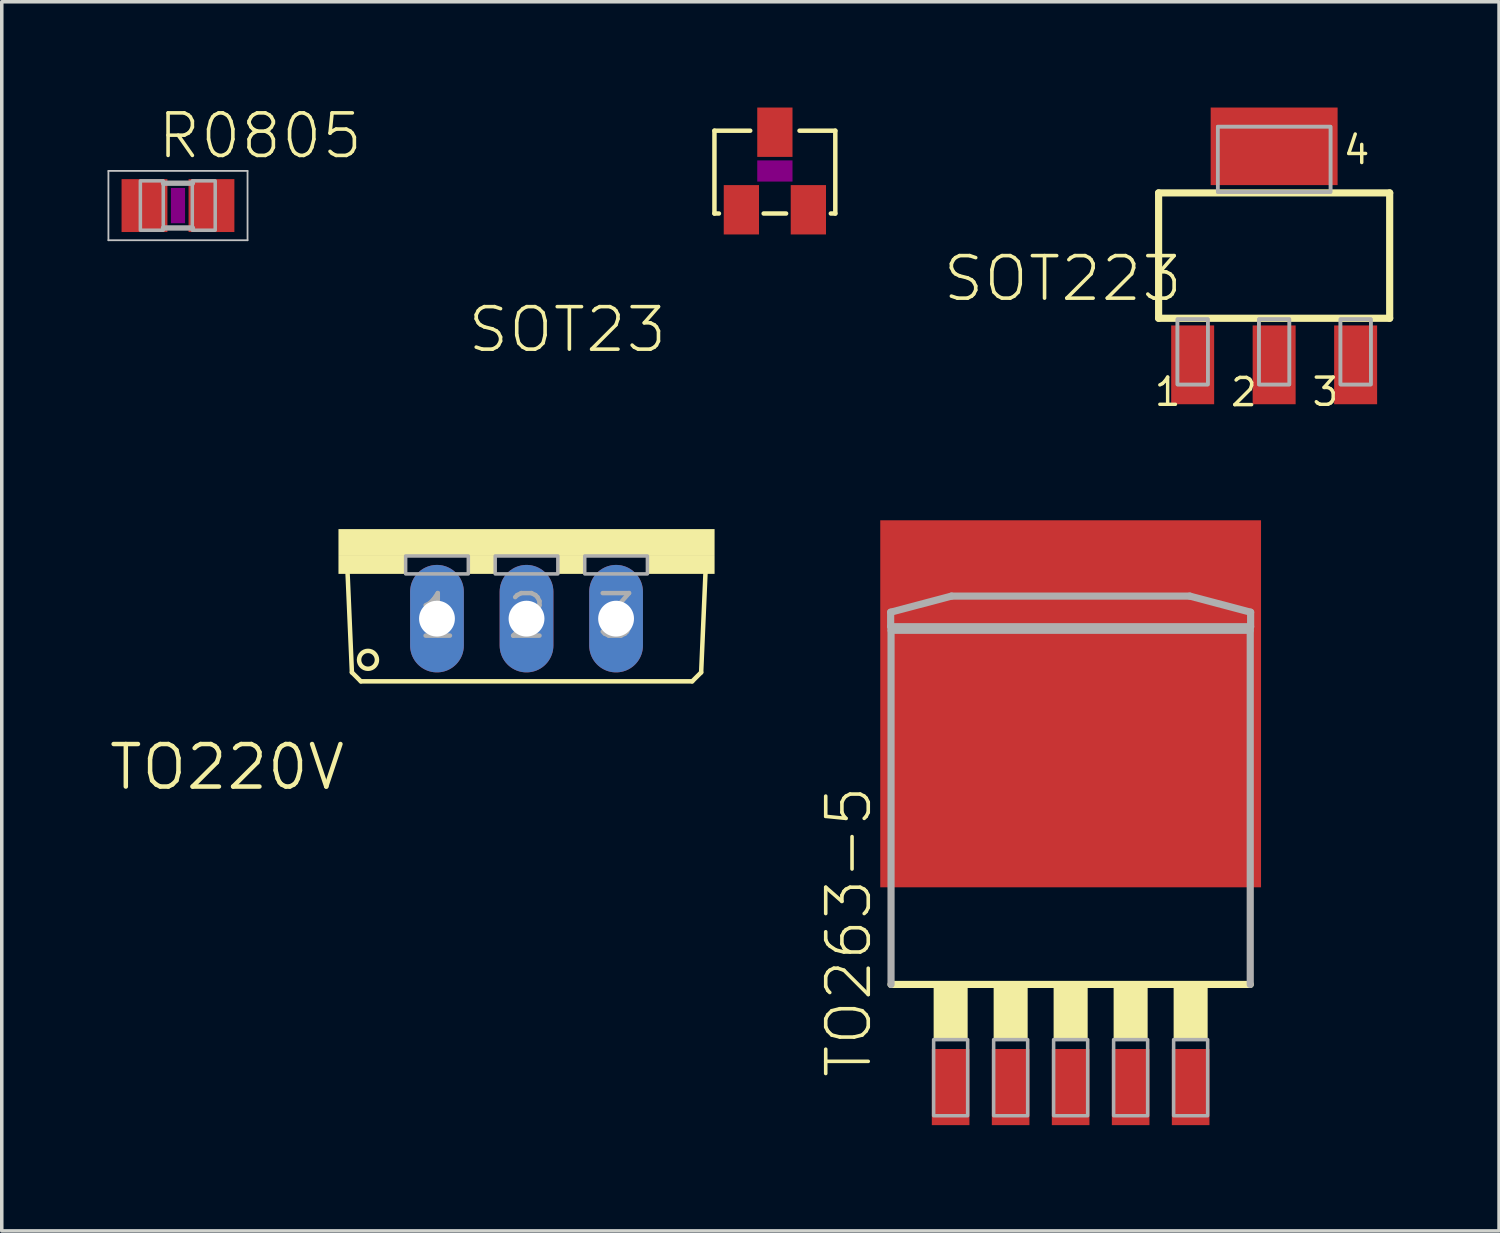
<source format=kicad_pcb>
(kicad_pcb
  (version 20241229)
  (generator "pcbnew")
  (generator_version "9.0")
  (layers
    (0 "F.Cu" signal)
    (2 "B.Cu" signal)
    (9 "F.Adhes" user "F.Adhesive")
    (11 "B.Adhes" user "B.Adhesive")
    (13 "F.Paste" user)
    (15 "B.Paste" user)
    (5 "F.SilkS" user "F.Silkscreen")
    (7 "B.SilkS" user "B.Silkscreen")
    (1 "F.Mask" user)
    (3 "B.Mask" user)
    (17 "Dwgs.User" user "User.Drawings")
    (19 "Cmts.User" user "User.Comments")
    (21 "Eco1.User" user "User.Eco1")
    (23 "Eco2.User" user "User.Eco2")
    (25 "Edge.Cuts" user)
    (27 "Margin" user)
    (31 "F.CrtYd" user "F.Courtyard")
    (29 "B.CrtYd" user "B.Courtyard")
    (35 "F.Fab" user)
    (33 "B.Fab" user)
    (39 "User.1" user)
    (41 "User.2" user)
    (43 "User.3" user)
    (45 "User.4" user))
  (footprint "TO263-5"
    (layer "F.Cu")
    (at 27.317 21.992)
    (property "Reference" "TO263-5" (at -5.588 5.588 90) (layer "F.SilkS") (effects (font (size 1.206 1.206) (thickness 0.102)) (justify left bottom)))
    (attr through_hole)
    (fp_line (start 5.094 2.88) (end -5.094 2.88) (stroke (width 0.203) (type solid)) (layer "F.SilkS"))
    (fp_poly (pts (xy -3.886 4.47) (xy -2.921 4.47) (xy -2.921 2.794) (xy -3.886 2.794)) (stroke (width 0) (type solid)) (fill yes) (layer "F.SilkS"))
    (fp_poly (pts (xy -2.184 4.47) (xy -1.219 4.47) (xy -1.219 2.794) (xy -2.184 2.794)) (stroke (width 0) (type solid)) (fill yes) (layer "F.SilkS"))
    (fp_poly (pts (xy -0.483 4.47) (xy 0.483 4.47) (xy 0.483 2.794) (xy -0.483 2.794)) (stroke (width 0) (type solid)) (fill yes) (layer "F.SilkS"))
    (fp_poly (pts (xy 1.219 4.47) (xy 2.184 4.47) (xy 2.184 2.794) (xy 1.219 2.794)) (stroke (width 0) (type solid)) (fill yes) (layer "F.SilkS"))
    (fp_poly (pts (xy 2.921 4.47) (xy 3.886 4.47) (xy 3.886 2.794) (xy 2.921 2.794)) (stroke (width 0) (type solid)) (fill yes) (layer "F.SilkS"))
    (fp_line (start -5.105 -7.678) (end -3.378 -8.135) (stroke (width 0.203) (type solid)) (layer "F.Fab"))
    (fp_line (start -5.105 -7.267) (end -5.105 -7.678) (stroke (width 0.203) (type solid)) (layer "F.Fab"))
    (fp_line (start -5.094 -7.165) (end 5.094 -7.165) (stroke (width 0.203) (type solid)) (layer "F.Fab"))
    (fp_line (start -5.094 2.88) (end -5.094 -7.165) (stroke (width 0.203) (type solid)) (layer "F.Fab"))
    (fp_line (start -3.378 -8.135) (end 3.378 -8.135) (stroke (width 0.203) (type solid)) (layer "F.Fab"))
    (fp_line (start 3.378 -8.135) (end 5.105 -7.678) (stroke (width 0.203) (type solid)) (layer "F.Fab"))
    (fp_line (start 5.094 -7.165) (end 5.094 2.88) (stroke (width 0.203) (type solid)) (layer "F.Fab"))
    (fp_line (start 5.105 -7.678) (end 5.105 -7.267) (stroke (width 0.203) (type solid)) (layer "F.Fab"))
    (fp_line (start 5.105 -7.267) (end -5.105 -7.267) (stroke (width 0.203) (type solid)) (layer "F.Fab"))
    (fp_poly (pts (xy -3.886 6.604) (xy -2.921 6.604) (xy -2.921 4.445) (xy -3.886 4.445)) (stroke (width 0.1) (type solid)) (fill no) (layer "F.Fab"))
    (fp_poly (pts (xy -2.184 6.604) (xy -1.219 6.604) (xy -1.219 4.445) (xy -2.184 4.445)) (stroke (width 0.1) (type solid)) (fill no) (layer "F.Fab"))
    (fp_poly (pts (xy -0.483 6.604) (xy 0.483 6.604) (xy 0.483 4.445) (xy -0.483 4.445)) (stroke (width 0.1) (type solid)) (fill no) (layer "F.Fab"))
    (fp_poly (pts (xy 1.219 6.604) (xy 2.184 6.604) (xy 2.184 4.445) (xy 1.219 4.445)) (stroke (width 0.1) (type solid)) (fill no) (layer "F.Fab"))
    (fp_poly (pts (xy 2.921 6.604) (xy 3.886 6.604) (xy 3.886 4.445) (xy 2.921 4.445)) (stroke (width 0.1) (type solid)) (fill no) (layer "F.Fab"))
    (fp_poly (pts (xy -5.105 -7.267) (xy -5.105 -7.678) (xy -3.378 -8.135) (xy 3.378 -8.135) (xy 5.105 -7.678) (xy 5.105 -7.267)) (stroke (width 0.1) (type solid)) (fill no) (layer "F.Fab"))
    (pad "1" smd rect (at -3.404 5.791) (size 1.067 2.159) (layers "F.Cu" "F.Mask" "F.Paste"))
    (pad "2" smd rect (at -1.702 5.791) (size 1.067 2.159) (layers "F.Cu" "F.Mask" "F.Paste"))
    (pad "3" smd rect (at 0 5.791) (size 1.067 2.159) (layers "F.Cu" "F.Mask" "F.Paste"))
    (pad "4" smd rect (at 1.702 5.791) (size 1.067 2.159) (layers "F.Cu" "F.Mask" "F.Paste"))
    (pad "5" smd rect (at 3.404 5.791) (size 1.067 2.159) (layers "F.Cu" "F.Mask" "F.Paste"))
    (pad "6" smd rect (at 0 -5.08) (size 10.8 10.41) (layers "F.Cu" "F.Mask" "F.Paste")))
  (footprint "SOT223"
    (layer "F.Cu")
    (at 33.089 4.199)
    (property "Reference" "SOT223" (at -2.54 -0.051 0) (layer "F.SilkS") (effects (font (size 1.206 1.206) (thickness 0.102)) (justify right top)))
    (attr through_hole)
    (fp_line (start -3.277 -1.778) (end 3.277 -1.778) (stroke (width 0.203) (type solid)) (layer "F.SilkS"))
    (fp_line (start -3.277 1.778) (end -3.277 -1.778) (stroke (width 0.203) (type solid)) (layer "F.SilkS"))
    (fp_line (start 3.277 -1.778) (end 3.277 1.778) (stroke (width 0.203) (type solid)) (layer "F.SilkS"))
    (fp_line (start 3.277 1.778) (end -3.277 1.778) (stroke (width 0.203) (type solid)) (layer "F.SilkS"))
    (fp_poly (pts (xy -2.743 3.658) (xy -1.88 3.658) (xy -1.88 1.803) (xy -2.743 1.803)) (stroke (width 0.1) (type solid)) (fill no) (layer "F.Fab"))
    (fp_poly (pts (xy -2.743 3.658) (xy -1.88 3.658) (xy -1.88 1.803) (xy -2.743 1.803)) (stroke (width 0.1) (type solid)) (fill no) (layer "F.Fab"))
    (fp_poly (pts (xy -1.6 -1.803) (xy 1.6 -1.803) (xy 1.6 -3.658) (xy -1.6 -3.658)) (stroke (width 0.1) (type solid)) (fill no) (layer "F.Fab"))
    (fp_poly (pts (xy -1.6 -1.803) (xy 1.6 -1.803) (xy 1.6 -3.658) (xy -1.6 -3.658)) (stroke (width 0.1) (type solid)) (fill no) (layer "F.Fab"))
    (fp_poly (pts (xy -0.432 3.658) (xy 0.432 3.658) (xy 0.432 1.803) (xy -0.432 1.803)) (stroke (width 0.1) (type solid)) (fill no) (layer "F.Fab"))
    (fp_poly (pts (xy -0.432 3.658) (xy 0.432 3.658) (xy 0.432 1.803) (xy -0.432 1.803)) (stroke (width 0.1) (type solid)) (fill no) (layer "F.Fab"))
    (fp_poly (pts (xy 1.88 3.658) (xy 2.743 3.658) (xy 2.743 1.803) (xy 1.88 1.803)) (stroke (width 0.1) (type solid)) (fill no) (layer "F.Fab"))
    (fp_poly (pts (xy 1.88 3.658) (xy 2.743 3.658) (xy 2.743 1.803) (xy 1.88 1.803)) (stroke (width 0.1) (type solid)) (fill no) (layer "F.Fab"))
    (fp_text user "2" (at -1.291 4.327 0) (layer "F.SilkS") (effects (font (size 0.772 0.772) (thickness 0.098)) (justify left bottom)))
    (fp_text user "3" (at 1.021 4.318 0) (layer "F.SilkS") (effects (font (size 0.772 0.772) (thickness 0.098)) (justify left bottom)))
    (fp_text user "1" (at -3.453 4.318 0) (layer "F.SilkS") (effects (font (size 0.772 0.772) (thickness 0.098)) (justify left bottom)))
    (fp_text user "4" (at 1.905 -2.54 0) (layer "F.SilkS") (effects (font (size 0.772 0.772) (thickness 0.098)) (justify left bottom)))
    (pad "1" smd rect (at -2.311 3.099) (size 1.219 2.235) (layers "F.Cu" "F.Mask" "F.Paste"))
    (pad "2" smd rect (at 0 3.099) (size 1.219 2.235) (layers "F.Cu" "F.Mask" "F.Paste"))
    (pad "3" smd rect (at 2.311 3.099) (size 1.219 2.235) (layers "F.Cu" "F.Mask" "F.Paste"))
    (pad "4" smd rect (at 0 -3.099) (size 3.6 2.2) (layers "F.Cu" "F.Mask" "F.Paste")))
  (footprint "SOT23"
    (layer "F.Cu")
    (at 18.928 1.8)
    (property "Reference" "SOT23" (at -3.005 3.795 0) (layer "F.SilkS") (effects (font (size 1.206 1.206) (thickness 0.102)) (justify right top)))
    (attr through_hole)
    (fp_line (start -1.714 -1.143) (end -1.714 1.206) (stroke (width 0.127) (type solid)) (layer "F.SilkS"))
    (fp_line (start -1.714 -1.143) (end -0.699 -1.143) (stroke (width 0.127) (type solid)) (layer "F.SilkS"))
    (fp_line (start -1.714 1.206) (end -1.587 1.206) (stroke (width 0.127) (type solid)) (layer "F.SilkS"))
    (fp_line (start -0.318 1.206) (end 0.318 1.206) (stroke (width 0.127) (type solid)) (layer "F.SilkS"))
    (fp_line (start 1.587 1.206) (end 1.714 1.206) (stroke (width 0.127) (type solid)) (layer "F.SilkS"))
    (fp_line (start 1.714 -1.143) (end 0.699 -1.143) (stroke (width 0.127) (type solid)) (layer "F.SilkS"))
    (fp_line (start 1.714 1.206) (end 1.714 -1.143) (stroke (width 0.127) (type solid)) (layer "F.SilkS"))
    (fp_poly (pts (xy -0.5 0.3) (xy 0.5 0.3) (xy 0.5 -0.3) (xy -0.5 -0.3)) (stroke (width 0) (type solid)) (fill yes) (layer "F.Adhes"))
    (pad "1" smd rect (at -0.95 1.1) (size 1 1.4) (layers "F.Cu" "F.Mask" "F.Paste"))
    (pad "2" smd rect (at 0.95 1.1) (size 1 1.4) (layers "F.Cu" "F.Mask" "F.Paste"))
    (pad "3" smd rect (at 0 -1.1) (size 1 1.4) (layers "F.Cu" "F.Mask" "F.Paste")))
  (footprint "R0805"
    (layer "F.Cu")
    (at 1.998 2.781)
    (property "Reference" "R0805" (at -0.635 -1.27 0) (layer "F.SilkS") (effects (font (size 1.206 1.206) (thickness 0.102)) (justify left bottom)))
    (attr through_hole)
    (fp_poly (pts (xy -0.2 0.5) (xy 0.2 0.5) (xy 0.2 -0.5) (xy -0.2 -0.5)) (stroke (width 0) (type solid)) (fill yes) (layer "F.Adhes"))
    (fp_line (start -1.973 -0.983) (end 1.973 -0.983) (stroke (width 0.051) (type solid)) (layer "Dwgs.User"))
    (fp_line (start -1.973 0.983) (end -1.973 -0.983) (stroke (width 0.051) (type solid)) (layer "Dwgs.User"))
    (fp_line (start 1.973 -0.983) (end 1.973 0.983) (stroke (width 0.051) (type solid)) (layer "Dwgs.User"))
    (fp_line (start 1.973 0.983) (end -1.973 0.983) (stroke (width 0.051) (type solid)) (layer "Dwgs.User"))
    (fp_line (start -0.41 -0.635) (end 0.41 -0.635) (stroke (width 0.152) (type solid)) (layer "F.Fab"))
    (fp_line (start -0.41 0.635) (end 0.41 0.635) (stroke (width 0.152) (type solid)) (layer "F.Fab"))
    (fp_poly (pts (xy -1.067 0.699) (xy -0.417 0.699) (xy -0.417 -0.702) (xy -1.067 -0.702)) (stroke (width 0.1) (type solid)) (fill no) (layer "F.Fab"))
    (fp_poly (pts (xy 0.406 0.699) (xy 1.056 0.699) (xy 1.056 -0.702) (xy 0.406 -0.702)) (stroke (width 0.1) (type solid)) (fill no) (layer "F.Fab"))
    (pad "1" smd rect (at -0.95 0) (size 1.3 1.5) (layers "F.Cu" "F.Mask" "F.Paste"))
    (pad "2" smd rect (at 0.95 0) (size 1.3 1.5) (layers "F.Cu" "F.Mask" "F.Paste")))
  (footprint "TO220V"
    (layer "F.Cu")
    (at 11.884 11.957)
    (property "Reference" "TO220V" (at -5.08 6.045 0) (layer "F.SilkS") (effects (font (size 1.206 1.206) (thickness 0.127)) (justify right top)))
    (attr through_hole)
    (fp_line (start -4.953 4.064) (end -5.08 1.143) (stroke (width 0.127) (type solid)) (layer "F.SilkS"))
    (fp_line (start -4.953 4.064) (end -4.699 4.318) (stroke (width 0.127) (type solid)) (layer "F.SilkS"))
    (fp_line (start 4.699 4.318) (end -4.699 4.318) (stroke (width 0.127) (type solid)) (layer "F.SilkS"))
    (fp_line (start 4.699 4.318) (end 4.953 4.064) (stroke (width 0.127) (type solid)) (layer "F.SilkS"))
    (fp_line (start 5.08 1.143) (end 4.953 4.064) (stroke (width 0.127) (type solid)) (layer "F.SilkS"))
    (fp_circle (center -4.496 3.708) (end -4.242 3.708) (stroke (width 0.127) (type solid)) (fill no) (layer "F.SilkS"))
    (fp_poly (pts (xy -5.334 0.762) (xy 5.334 0.762) (xy 5.334 0) (xy -5.334 0)) (stroke (width 0) (type solid)) (fill yes) (layer "F.SilkS"))
    (fp_poly (pts (xy -5.334 1.27) (xy -3.429 1.27) (xy -3.429 0.762) (xy -5.334 0.762)) (stroke (width 0) (type solid)) (fill yes) (layer "F.SilkS"))
    (fp_poly (pts (xy -1.651 1.27) (xy -0.889 1.27) (xy -0.889 0.762) (xy -1.651 0.762)) (stroke (width 0) (type solid)) (fill yes) (layer "F.SilkS"))
    (fp_poly (pts (xy 0.889 1.27) (xy 1.651 1.27) (xy 1.651 0.762) (xy 0.889 0.762)) (stroke (width 0) (type solid)) (fill yes) (layer "F.SilkS"))
    (fp_poly (pts (xy 3.429 1.27) (xy 5.334 1.27) (xy 5.334 0.762) (xy 3.429 0.762)) (stroke (width 0) (type solid)) (fill yes) (layer "F.SilkS"))
    (fp_poly (pts (xy -3.429 1.27) (xy -1.651 1.27) (xy -1.651 0.762) (xy -3.429 0.762)) (stroke (width 0.1) (type solid)) (fill no) (layer "F.Fab"))
    (fp_poly (pts (xy -0.889 1.27) (xy 0.889 1.27) (xy 0.889 0.762) (xy -0.889 0.762)) (stroke (width 0.1) (type solid)) (fill no) (layer "F.Fab"))
    (fp_poly (pts (xy 1.651 1.27) (xy 3.429 1.27) (xy 3.429 0.762) (xy 1.651 0.762)) (stroke (width 0.1) (type solid)) (fill no) (layer "F.Fab"))
    (fp_text user "2" (at -0.635 3.175 0) (layer "F.Fab") (effects (font (size 1.206 1.206) (thickness 0.127)) (justify left bottom)))
    (fp_text user "3" (at 1.905 3.175 0) (layer "F.Fab") (effects (font (size 1.206 1.206) (thickness 0.127)) (justify left bottom)))
    (fp_text user "1" (at -3.175 3.175 0) (layer "F.Fab") (effects (font (size 1.206 1.206) (thickness 0.127)) (justify left bottom)))
    (pad "1" thru_hole oval (at -2.54 2.54 90) (size 3.048 1.524) (drill 1.016) (layers "*.Cu" "*.Mask"))
    (pad "2" thru_hole oval (at 0 2.54 90) (size 3.048 1.524) (drill 1.016) (layers "*.Cu" "*.Mask"))
    (pad "3" thru_hole oval (at 2.54 2.54 90) (size 3.048 1.524) (drill 1.016) (layers "*.Cu" "*.Mask")))
  (gr_rect
    (start -3 -3)
    (end 39.468 31.863)
    (stroke (width 0.1) (type default))
    (fill no)
    (layer "Edge.Cuts")))
</source>
